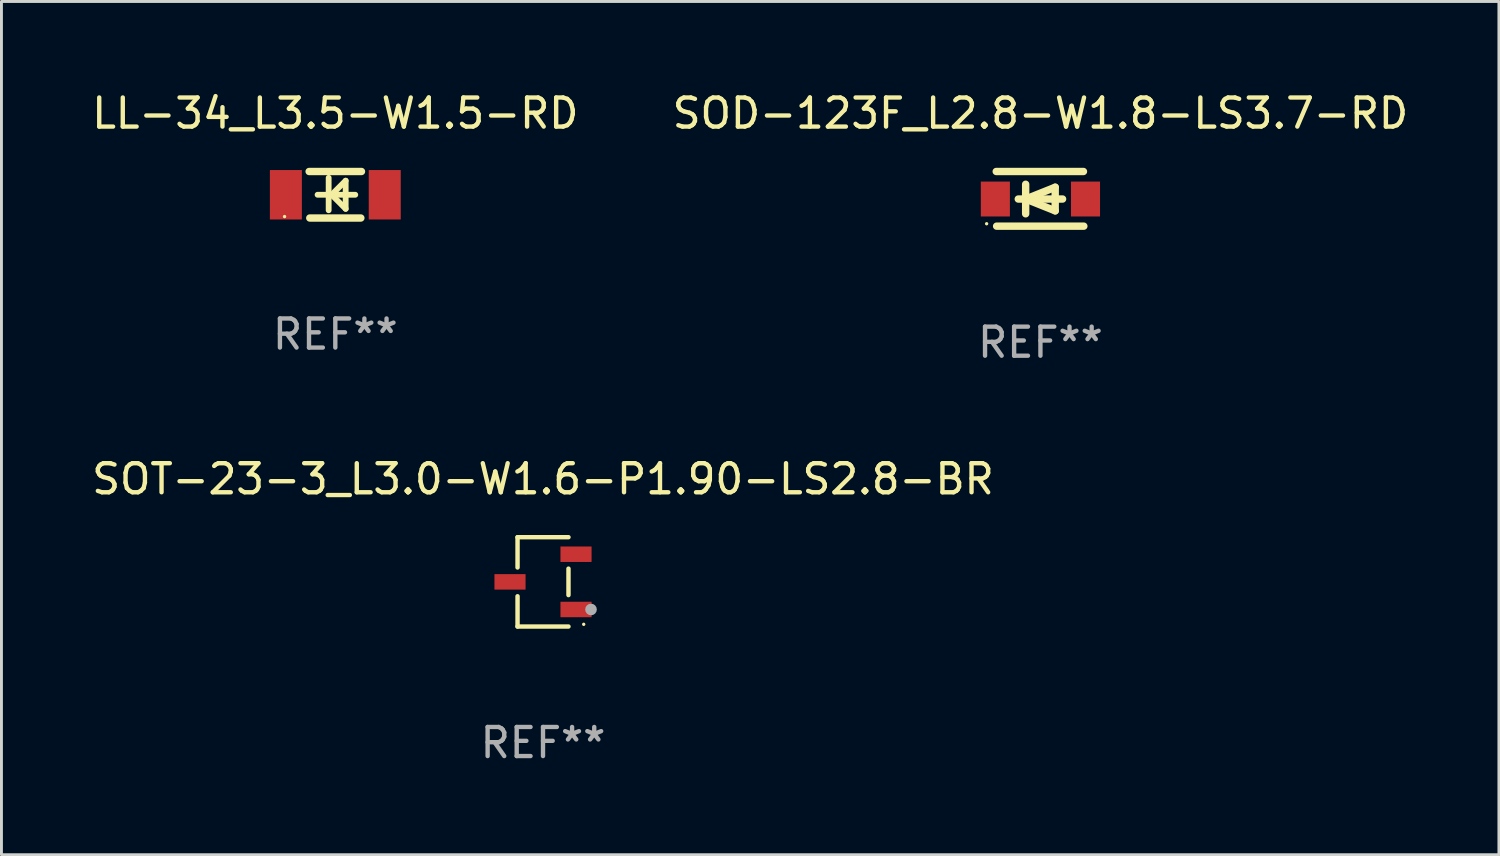
<source format=kicad_pcb>
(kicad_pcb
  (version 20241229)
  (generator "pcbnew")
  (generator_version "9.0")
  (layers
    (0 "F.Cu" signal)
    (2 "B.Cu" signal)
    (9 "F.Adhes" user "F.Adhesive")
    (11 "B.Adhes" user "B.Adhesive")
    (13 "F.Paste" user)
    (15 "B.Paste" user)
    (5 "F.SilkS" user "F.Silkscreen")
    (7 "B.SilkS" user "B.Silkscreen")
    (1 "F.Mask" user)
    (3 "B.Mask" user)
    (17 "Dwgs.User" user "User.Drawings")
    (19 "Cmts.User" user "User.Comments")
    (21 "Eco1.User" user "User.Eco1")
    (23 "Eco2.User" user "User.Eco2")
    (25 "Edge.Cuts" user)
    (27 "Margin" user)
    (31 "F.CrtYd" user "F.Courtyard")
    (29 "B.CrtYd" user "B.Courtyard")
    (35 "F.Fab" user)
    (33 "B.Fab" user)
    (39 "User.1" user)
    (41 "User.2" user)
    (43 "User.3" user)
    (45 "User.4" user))
  (footprint "LL-34_L3.5-W1.5-RD"
    (layer "F.Cu")
    (at 8.482 3.648)
    (property "Reference" "LL-34_L3.5-W1.5-RD" (at 0 -2.8 0) (layer "F.SilkS") (effects (font (size 1 1) (thickness 0.15))))
    (attr through_hole)
    (fp_line (start -0.9 -0.8) (end 0.9 -0.8) (stroke (width 0.254) (type solid)) (layer "F.SilkS"))
    (fp_line (start -0.878 0.8) (end 0.878 0.8) (stroke (width 0.254) (type solid)) (layer "F.SilkS"))
    (fp_line (start -0.61 0) (end 0.686 0) (stroke (width 0.2) (type solid)) (layer "F.SilkS"))
    (fp_line (start -0.229 -0.584) (end -0.229 0.533) (stroke (width 0.2) (type solid)) (layer "F.SilkS"))
    (fp_line (start -0.127 0) (end 0.356 -0.483) (stroke (width 0.2) (type solid)) (layer "F.SilkS"))
    (fp_line (start 0.356 -0.483) (end 0.356 0.483) (stroke (width 0.2) (type solid)) (layer "F.SilkS"))
    (fp_line (start 0.356 0.483) (end -0.102 0.025) (stroke (width 0.2) (type solid)) (layer "F.SilkS"))
    (fp_circle (center -1.746 0.75) (end -1.716 0.75) (stroke (width 0.06) (type solid)) (fill no) (layer "F.SilkS"))
    (fp_text user "REF**" (at 0 4.8 0) (layer "F.Fab") (effects (font (size 1 1) (thickness 0.15))))
    (pad "1" smd rect (at -1.7 0 180) (size 1.1 1.7) (layers "F.Cu" "F.Mask" "F.Paste"))
    (pad "2" smd rect (at 1.7 0 180) (size 1.1 1.7) (layers "F.Cu" "F.Mask" "F.Paste")))
  (footprint "SOT-23-3_L3.0-W1.6-P1.90-LS2.8-BR"
    (layer "F.Cu")
    (at 15.625 16.961)
    (property "Reference" "SOT-23-3_L3.0-W1.6-P1.90-LS2.8-BR" (at -0.000152 -3.536 0) (layer "F.SilkS") (effects (font (size 1 1) (thickness 0.15))))
    (attr through_hole)
    (fp_line (start -0.876 -1.536) (end -0.876 -0.495) (stroke (width 0.152) (type solid)) (layer "F.SilkS"))
    (fp_line (start -0.876 1.536) (end -0.876 0.495) (stroke (width 0.152) (type solid)) (layer "F.SilkS"))
    (fp_line (start 0.876 -1.536) (end -0.876 -1.536) (stroke (width 0.152) (type solid)) (layer "F.SilkS"))
    (fp_line (start 0.876 -0.455) (end 0.876 0.455) (stroke (width 0.152) (type solid)) (layer "F.SilkS"))
    (fp_line (start 0.876 1.536) (end -0.876 1.536) (stroke (width 0.152) (type solid)) (layer "F.SilkS"))
    (fp_circle (center 1.4 1.46) (end 1.43 1.46) (stroke (width 0.06) (type solid)) (fill no) (layer "F.SilkS"))
    (fp_circle (center 1.651 0.95) (end 1.751 0.95) (stroke (width 0.2) (type solid)) (fill no) (layer "F.Fab"))
    (fp_text user "REF**" (at -0.000152 5.536 0) (layer "F.Fab") (effects (font (size 1 1) (thickness 0.15))))
    (pad "1" smd rect (at 1.135 0.95) (size 1.07 0.532) (layers "F.Cu" "F.Mask" "F.Paste"))
    (pad "2" smd rect (at 1.135 -0.95) (size 1.07 0.532) (layers "F.Cu" "F.Mask" "F.Paste"))
    (pad "3" smd rect (at -1.135 0.000025) (size 1.07 0.532) (layers "F.Cu" "F.Mask" "F.Paste")))
  (footprint "SOD-123F_L2.8-W1.8-LS3.7-RD"
    (layer "F.Cu")
    (at 32.732 3.795)
    (property "Reference" "SOD-123F_L2.8-W1.8-LS3.7-RD" (at 0 -2.947 0) (layer "F.SilkS") (effects (font (size 1 1) (thickness 0.15))))
    (attr through_hole)
    (fp_line (start -1.52 -0.947) (end 1.48 -0.947) (stroke (width 0.254) (type solid)) (layer "F.SilkS"))
    (fp_line (start -1.507 0.933) (end 1.493 0.933) (stroke (width 0.254) (type solid)) (layer "F.SilkS"))
    (fp_line (start -0.762 0) (end 0.762 0) (stroke (width 0.254) (type solid)) (layer "F.SilkS"))
    (fp_line (start -0.508 -0.508) (end -0.508 0.508) (stroke (width 0.254) (type solid)) (layer "F.SilkS"))
    (fp_line (start -0.508 0) (end 0.508 -0.406) (stroke (width 0.254) (type solid)) (layer "F.SilkS"))
    (fp_line (start 0.508 -0.406) (end 0.508 0.406) (stroke (width 0.254) (type solid)) (layer "F.SilkS"))
    (fp_line (start 0.508 0.406) (end -0.508 0) (stroke (width 0.254) (type solid)) (layer "F.SilkS"))
    (fp_circle (center -1.85 0.85) (end -1.82 0.85) (stroke (width 0.06) (type solid)) (fill no) (layer "F.SilkS"))
    (fp_text user "REF**" (at 0 4.933 0) (layer "F.Fab") (effects (font (size 1 1) (thickness 0.15))))
    (pad "1" smd rect (at -1.55 0) (size 1 1.2) (layers "F.Cu" "F.Mask" "F.Paste"))
    (pad "2" smd rect (at 1.55 0) (size 1 1.2) (layers "F.Cu" "F.Mask" "F.Paste")))
  (gr_rect
    (start -3 -3)
    (end 48.5 26.345)
    (stroke (width 0.1) (type default))
    (fill no)
    (layer "Edge.Cuts")))
</source>
